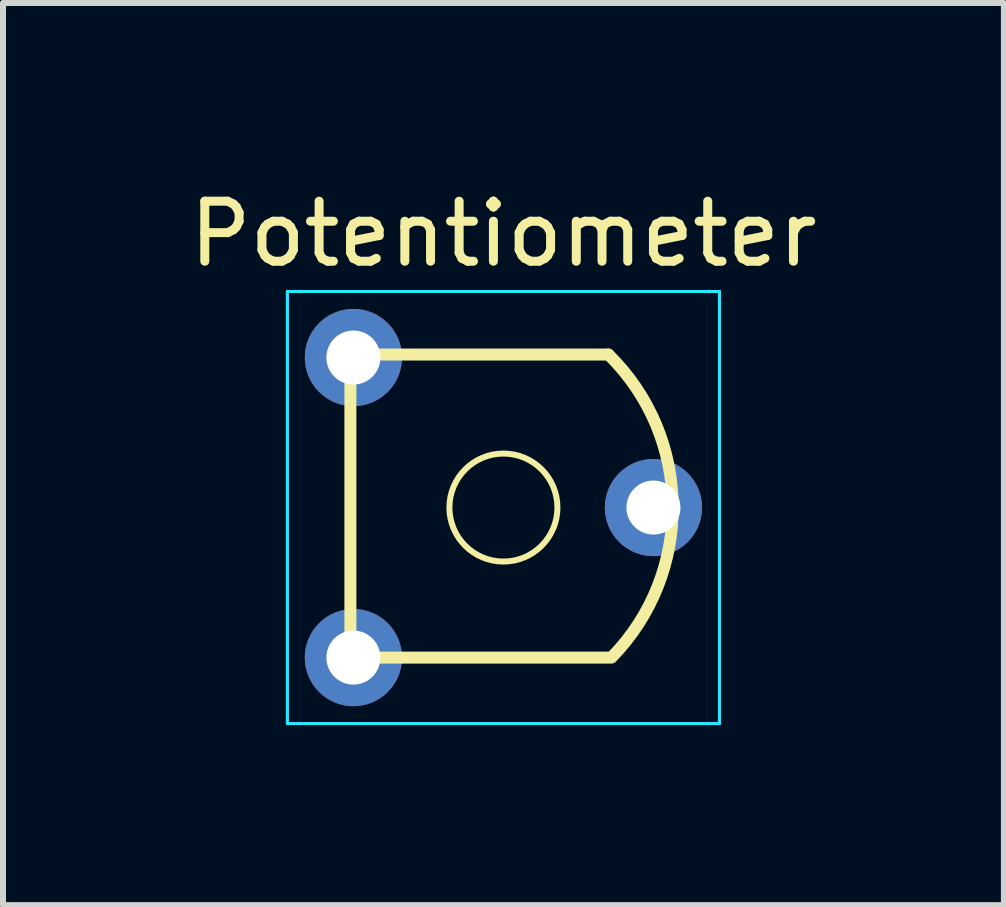
<source format=kicad_pcb>
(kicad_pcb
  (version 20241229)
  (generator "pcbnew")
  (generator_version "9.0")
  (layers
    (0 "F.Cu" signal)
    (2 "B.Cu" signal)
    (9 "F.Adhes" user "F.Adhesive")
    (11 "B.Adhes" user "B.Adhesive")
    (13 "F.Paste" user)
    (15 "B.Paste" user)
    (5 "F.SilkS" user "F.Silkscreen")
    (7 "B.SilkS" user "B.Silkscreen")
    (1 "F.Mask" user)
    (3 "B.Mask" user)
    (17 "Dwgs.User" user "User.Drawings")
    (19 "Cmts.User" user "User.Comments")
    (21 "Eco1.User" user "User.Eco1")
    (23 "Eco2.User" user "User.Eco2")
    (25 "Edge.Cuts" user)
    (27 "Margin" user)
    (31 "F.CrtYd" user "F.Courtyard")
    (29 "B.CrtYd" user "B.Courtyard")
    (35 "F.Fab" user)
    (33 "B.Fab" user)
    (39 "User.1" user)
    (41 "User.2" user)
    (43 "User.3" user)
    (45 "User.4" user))
  (footprint "Potentiometer"
    (layer "F.Cu")
    (at 2.839 7.908)
    (property "Reference" "Potentiometer" (at 2.5 -7.06 0) (layer "F.SilkS") (effects (font (size 1 1) (thickness 0.15))))
    (attr through_hole)
    (fp_line (start -0.05 -5.05) (end 4.25 -5.05) (stroke (width 0.2) (type solid)) (layer "F.SilkS"))
    (fp_line (start -0.05 -5) (end -0.05 0) (stroke (width 0.2) (type solid)) (layer "F.SilkS"))
    (fp_line (start -0.05 0) (end 4.25 0) (stroke (width 0.2) (type solid)) (layer "F.SilkS"))
    (fp_arc (start 4.25 -5.05) (mid 5.320889 -2.535355) (end 4.3 0) (stroke (width 0.2) (type solid)) (layer "F.SilkS"))
    (fp_circle (center 2.5 -2.5) (end 3.4 -2.5) (stroke (width 0.1) (type solid)) (fill no) (layer "F.SilkS"))
    (fp_line (start -1.1 -6.1) (end -1.1 1.1) (stroke (width 0.05) (type solid)) (layer "B.CrtYd"))
    (fp_line (start -1.1 1.1) (end 6.1 1.1) (stroke (width 0.05) (type solid)) (layer "B.CrtYd"))
    (fp_line (start 6.1 -6.1) (end -1.1 -6.1) (stroke (width 0.05) (type solid)) (layer "B.CrtYd"))
    (fp_line (start 6.1 1.1) (end 6.1 -6.1) (stroke (width 0.05) (type solid)) (layer "B.CrtYd"))
    (fp_line (start -1.1 -6.1) (end -1.1 1.1) (stroke (width 0.05) (type solid)) (layer "F.CrtYd"))
    (fp_line (start -1.1 1.1) (end 6.1 1.1) (stroke (width 0.05) (type solid)) (layer "F.CrtYd"))
    (fp_line (start 6.1 -6.1) (end -1.1 -6.1) (stroke (width 0.05) (type solid)) (layer "F.CrtYd"))
    (fp_line (start 6.1 1.1) (end 6.1 -6.1) (stroke (width 0.05) (type solid)) (layer "F.CrtYd"))
    (pad "1" thru_hole circle (at 0 0) (size 1.62 1.62) (drill 0.9) (layers "*.Cu" "*.Mask"))
    (pad "2" thru_hole circle (at 5 -2.5) (size 1.62 1.62) (drill 0.9) (layers "*.Cu" "*.Mask"))
    (pad "3" thru_hole circle (at 0 -5) (size 1.62 1.62) (drill 0.9) (layers "*.Cu" "*.Mask")))
  (gr_rect
    (start -3 -3)
    (end 13.679 12.033)
    (stroke (width 0.1) (type default))
    (fill no)
    (layer "Edge.Cuts")))
</source>
